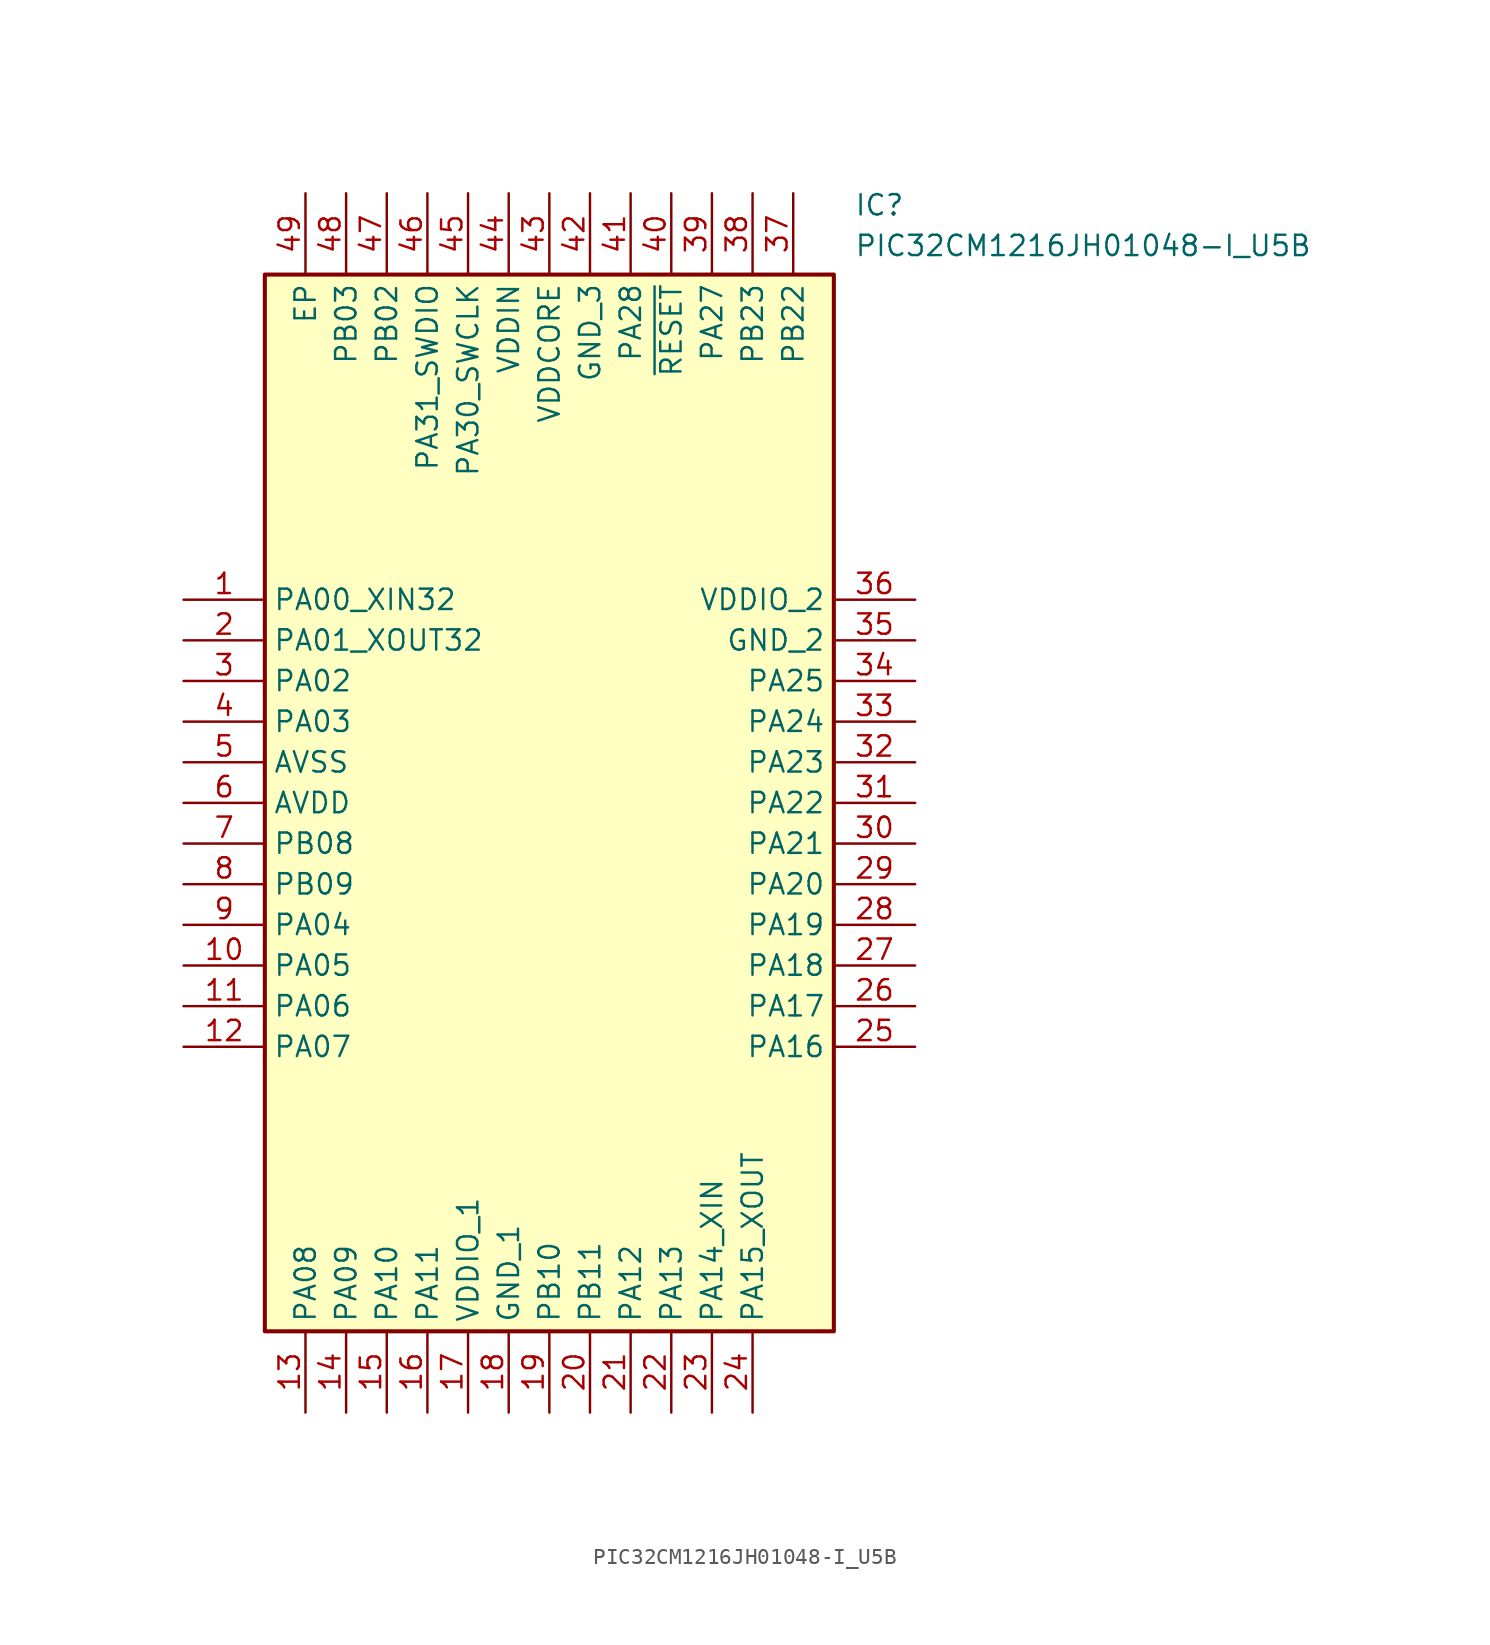
<source format=kicad_sym>
(kicad_symbol_lib
  (version 20211014)
  (generator SamacSys_ECAD_Model)
  (symbol "PIC32CM1216JH01048-I_U5B"
    (property "Reference" "IC"
      (at 41.91 25.4 0)
      (effects (font (size 1.27 1.27)) (justify left top)))
    (property "Value" "PIC32CM1216JH01048-I_U5B"
      (at 41.91 22.86 0)
      (effects (font (size 1.27 1.27)) (justify left top)))
    (rectangle
      (start 5.08 20.32)
      (end 40.64 -45.72)
      (stroke (width 0.254) (type default))
      (fill (type background)))
    (pin passive line
      (at 0 0 0)
      (length 5.08)
      (name "PA00_XIN32" (effects (font (size 1.27 1.27))))
      (number "1" (effects (font (size 1.27 1.27)))))
    (pin passive line
      (at 0 -2.54 0)
      (length 5.08)
      (name "PA01_XOUT32" (effects (font (size 1.27 1.27))))
      (number "2" (effects (font (size 1.27 1.27)))))
    (pin passive line
      (at 0 -5.08 0)
      (length 5.08)
      (name "PA02" (effects (font (size 1.27 1.27))))
      (number "3" (effects (font (size 1.27 1.27)))))
    (pin passive line
      (at 0 -7.62 0)
      (length 5.08)
      (name "PA03" (effects (font (size 1.27 1.27))))
      (number "4" (effects (font (size 1.27 1.27)))))
    (pin passive line
      (at 0 -10.16 0)
      (length 5.08)
      (name "AVSS" (effects (font (size 1.27 1.27))))
      (number "5" (effects (font (size 1.27 1.27)))))
    (pin passive line
      (at 0 -12.7 0)
      (length 5.08)
      (name "AVDD" (effects (font (size 1.27 1.27))))
      (number "6" (effects (font (size 1.27 1.27)))))
    (pin passive line
      (at 0 -15.24 0)
      (length 5.08)
      (name "PB08" (effects (font (size 1.27 1.27))))
      (number "7" (effects (font (size 1.27 1.27)))))
    (pin passive line
      (at 0 -17.78 0)
      (length 5.08)
      (name "PB09" (effects (font (size 1.27 1.27))))
      (number "8" (effects (font (size 1.27 1.27)))))
    (pin passive line
      (at 0 -20.32 0)
      (length 5.08)
      (name "PA04" (effects (font (size 1.27 1.27))))
      (number "9" (effects (font (size 1.27 1.27)))))
    (pin passive line
      (at 0 -22.86 0)
      (length 5.08)
      (name "PA05" (effects (font (size 1.27 1.27))))
      (number "10" (effects (font (size 1.27 1.27)))))
    (pin passive line
      (at 0 -25.4 0)
      (length 5.08)
      (name "PA06" (effects (font (size 1.27 1.27))))
      (number "11" (effects (font (size 1.27 1.27)))))
    (pin passive line
      (at 0 -27.94 0)
      (length 5.08)
      (name "PA07" (effects (font (size 1.27 1.27))))
      (number "12" (effects (font (size 1.27 1.27)))))
    (pin passive line
      (at 7.62 -50.8 90)
      (length 5.08)
      (name "PA08" (effects (font (size 1.27 1.27))))
      (number "13" (effects (font (size 1.27 1.27)))))
    (pin passive line
      (at 10.16 -50.8 90)
      (length 5.08)
      (name "PA09" (effects (font (size 1.27 1.27))))
      (number "14" (effects (font (size 1.27 1.27)))))
    (pin passive line
      (at 12.7 -50.8 90)
      (length 5.08)
      (name "PA10" (effects (font (size 1.27 1.27))))
      (number "15" (effects (font (size 1.27 1.27)))))
    (pin passive line
      (at 15.24 -50.8 90)
      (length 5.08)
      (name "PA11" (effects (font (size 1.27 1.27))))
      (number "16" (effects (font (size 1.27 1.27)))))
    (pin passive line
      (at 17.78 -50.8 90)
      (length 5.08)
      (name "VDDIO_1" (effects (font (size 1.27 1.27))))
      (number "17" (effects (font (size 1.27 1.27)))))
    (pin passive line
      (at 20.32 -50.8 90)
      (length 5.08)
      (name "GND_1" (effects (font (size 1.27 1.27))))
      (number "18" (effects (font (size 1.27 1.27)))))
    (pin passive line
      (at 22.86 -50.8 90)
      (length 5.08)
      (name "PB10" (effects (font (size 1.27 1.27))))
      (number "19" (effects (font (size 1.27 1.27)))))
    (pin passive line
      (at 25.4 -50.8 90)
      (length 5.08)
      (name "PB11" (effects (font (size 1.27 1.27))))
      (number "20" (effects (font (size 1.27 1.27)))))
    (pin passive line
      (at 27.94 -50.8 90)
      (length 5.08)
      (name "PA12" (effects (font (size 1.27 1.27))))
      (number "21" (effects (font (size 1.27 1.27)))))
    (pin passive line
      (at 30.48 -50.8 90)
      (length 5.08)
      (name "PA13" (effects (font (size 1.27 1.27))))
      (number "22" (effects (font (size 1.27 1.27)))))
    (pin passive line
      (at 33.02 -50.8 90)
      (length 5.08)
      (name "PA14_XIN" (effects (font (size 1.27 1.27))))
      (number "23" (effects (font (size 1.27 1.27)))))
    (pin passive line
      (at 35.56 -50.8 90)
      (length 5.08)
      (name "PA15_XOUT" (effects (font (size 1.27 1.27))))
      (number "24" (effects (font (size 1.27 1.27)))))
    (pin passive line
      (at 45.72 0 180)
      (length 5.08)
      (name "VDDIO_2" (effects (font (size 1.27 1.27))))
      (number "36" (effects (font (size 1.27 1.27)))))
    (pin passive line
      (at 45.72 -2.54 180)
      (length 5.08)
      (name "GND_2" (effects (font (size 1.27 1.27))))
      (number "35" (effects (font (size 1.27 1.27)))))
    (pin passive line
      (at 45.72 -5.08 180)
      (length 5.08)
      (name "PA25" (effects (font (size 1.27 1.27))))
      (number "34" (effects (font (size 1.27 1.27)))))
    (pin passive line
      (at 45.72 -7.62 180)
      (length 5.08)
      (name "PA24" (effects (font (size 1.27 1.27))))
      (number "33" (effects (font (size 1.27 1.27)))))
    (pin passive line
      (at 45.72 -10.16 180)
      (length 5.08)
      (name "PA23" (effects (font (size 1.27 1.27))))
      (number "32" (effects (font (size 1.27 1.27)))))
    (pin passive line
      (at 45.72 -12.7 180)
      (length 5.08)
      (name "PA22" (effects (font (size 1.27 1.27))))
      (number "31" (effects (font (size 1.27 1.27)))))
    (pin passive line
      (at 45.72 -15.24 180)
      (length 5.08)
      (name "PA21" (effects (font (size 1.27 1.27))))
      (number "30" (effects (font (size 1.27 1.27)))))
    (pin passive line
      (at 45.72 -17.78 180)
      (length 5.08)
      (name "PA20" (effects (font (size 1.27 1.27))))
      (number "29" (effects (font (size 1.27 1.27)))))
    (pin passive line
      (at 45.72 -20.32 180)
      (length 5.08)
      (name "PA19" (effects (font (size 1.27 1.27))))
      (number "28" (effects (font (size 1.27 1.27)))))
    (pin passive line
      (at 45.72 -22.86 180)
      (length 5.08)
      (name "PA18" (effects (font (size 1.27 1.27))))
      (number "27" (effects (font (size 1.27 1.27)))))
    (pin passive line
      (at 45.72 -25.4 180)
      (length 5.08)
      (name "PA17" (effects (font (size 1.27 1.27))))
      (number "26" (effects (font (size 1.27 1.27)))))
    (pin passive line
      (at 45.72 -27.94 180)
      (length 5.08)
      (name "PA16" (effects (font (size 1.27 1.27))))
      (number "25" (effects (font (size 1.27 1.27)))))
    (pin passive line
      (at 7.62 25.4 270)
      (length 5.08)
      (name "EP" (effects (font (size 1.27 1.27))))
      (number "49" (effects (font (size 1.27 1.27)))))
    (pin passive line
      (at 10.16 25.4 270)
      (length 5.08)
      (name "PB03" (effects (font (size 1.27 1.27))))
      (number "48" (effects (font (size 1.27 1.27)))))
    (pin passive line
      (at 12.7 25.4 270)
      (length 5.08)
      (name "PB02" (effects (font (size 1.27 1.27))))
      (number "47" (effects (font (size 1.27 1.27)))))
    (pin passive line
      (at 15.24 25.4 270)
      (length 5.08)
      (name "PA31_SWDIO" (effects (font (size 1.27 1.27))))
      (number "46" (effects (font (size 1.27 1.27)))))
    (pin passive line
      (at 17.78 25.4 270)
      (length 5.08)
      (name "PA30_SWCLK" (effects (font (size 1.27 1.27))))
      (number "45" (effects (font (size 1.27 1.27)))))
    (pin passive line
      (at 20.32 25.4 270)
      (length 5.08)
      (name "VDDIN" (effects (font (size 1.27 1.27))))
      (number "44" (effects (font (size 1.27 1.27)))))
    (pin passive line
      (at 22.86 25.4 270)
      (length 5.08)
      (name "VDDCORE" (effects (font (size 1.27 1.27))))
      (number "43" (effects (font (size 1.27 1.27)))))
    (pin passive line
      (at 25.4 25.4 270)
      (length 5.08)
      (name "GND_3" (effects (font (size 1.27 1.27))))
      (number "42" (effects (font (size 1.27 1.27)))))
    (pin passive line
      (at 27.94 25.4 270)
      (length 5.08)
      (name "PA28" (effects (font (size 1.27 1.27))))
      (number "41" (effects (font (size 1.27 1.27)))))
    (pin passive line
      (at 30.48 25.4 270)
      (length 5.08)
      (name "~{RESET}" (effects (font (size 1.27 1.27))))
      (number "40" (effects (font (size 1.27 1.27)))))
    (pin passive line
      (at 33.02 25.4 270)
      (length 5.08)
      (name "PA27" (effects (font (size 1.27 1.27))))
      (number "39" (effects (font (size 1.27 1.27)))))
    (pin passive line
      (at 35.56 25.4 270)
      (length 5.08)
      (name "PB23" (effects (font (size 1.27 1.27))))
      (number "38" (effects (font (size 1.27 1.27)))))
    (pin passive line
      (at 38.1 25.4 270)
      (length 5.08)
      (name "PB22" (effects (font (size 1.27 1.27))))
      (number "37" (effects (font (size 1.27 1.27)))))))
</source>
